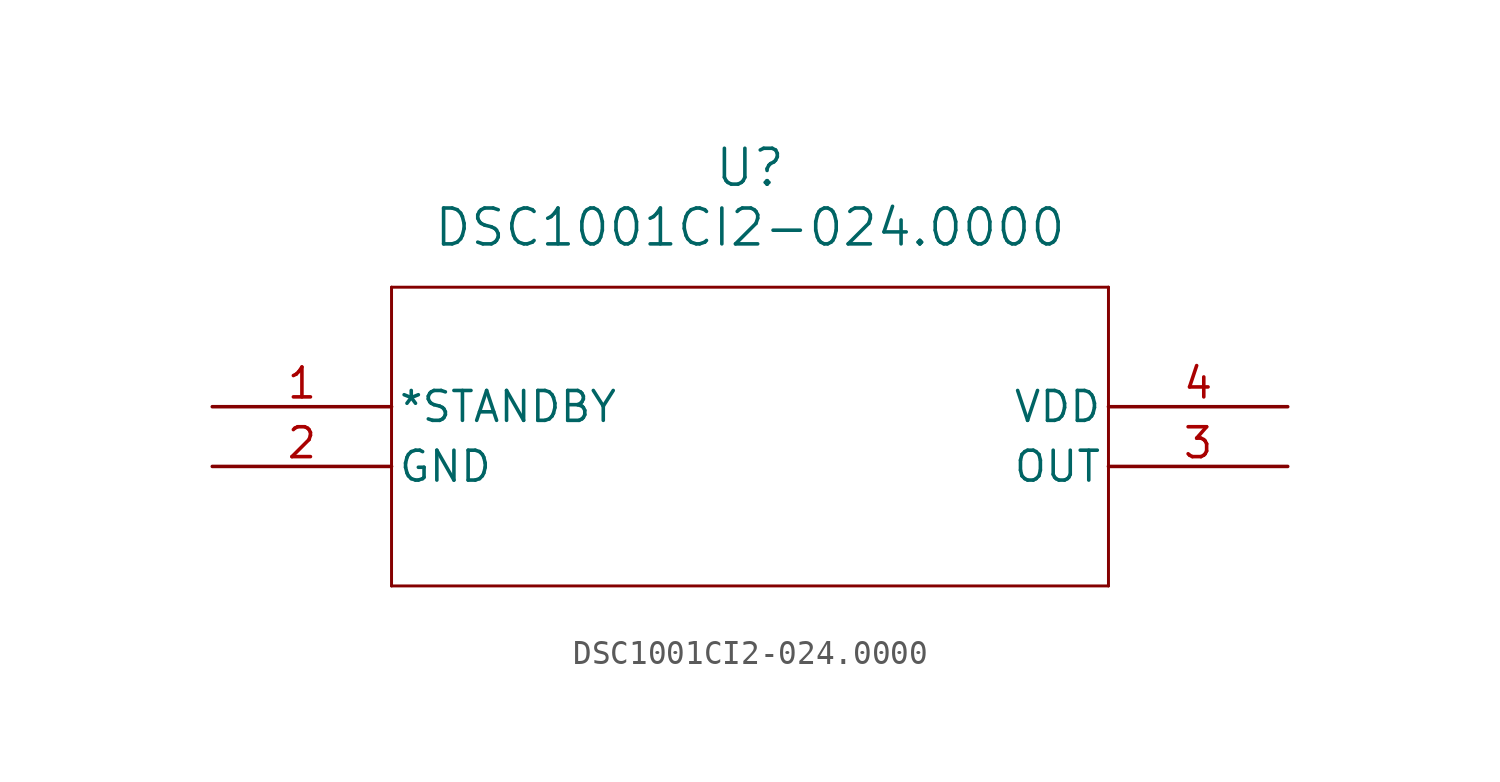
<source format=kicad_sym>
(kicad_symbol_lib
  (version 20211014)
  (generator kicad_symbol_editor)
  (symbol "DSC1001CI2-024.0000"
    (pin_names
      (offset 0.254))
    (property "Reference" "U"
      (at 22.86 10.16 0)
      (effects (font (size 1.524 1.524))))
    (property "Value" "DSC1001CI2-024.0000"
      (at 22.86 7.62 0)
      (effects (font (size 1.524 1.524))))
    (symbol "DSC1001CI2-024.0000_0_1"
      (polyline (pts (xy 7.62 5.08) (xy 7.62 -7.62)) (stroke (width 0.127) (type default) (color 0 0 0 0)) (fill (type none)))
      (polyline (pts (xy 7.62 -7.62) (xy 38.1 -7.62)) (stroke (width 0.127) (type default) (color 0 0 0 0)) (fill (type none)))
      (polyline (pts (xy 38.1 -7.62) (xy 38.1 5.08)) (stroke (width 0.127) (type default) (color 0 0 0 0)) (fill (type none)))
      (polyline (pts (xy 38.1 5.08) (xy 7.62 5.08)) (stroke (width 0.127) (type default) (color 0 0 0 0)) (fill (type none)))
      (pin input line (at 0 0 0) (length 7.62) (name "*STANDBY" (effects (font (size 1.27 1.27)))) (number "1" (effects (font (size 1.27 1.27)))))
      (pin power_out line (at 0 -2.54 0) (length 7.62) (name "GND" (effects (font (size 1.27 1.27)))) (number "2" (effects (font (size 1.27 1.27)))))
      (pin output line (at 45.72 -2.54 180) (length 7.62) (name "OUT" (effects (font (size 1.27 1.27)))) (number "3" (effects (font (size 1.27 1.27)))))
      (pin power_in line (at 45.72 0 180) (length 7.62) (name "VDD" (effects (font (size 1.27 1.27)))) (number "4" (effects (font (size 1.27 1.27))))))))
</source>
